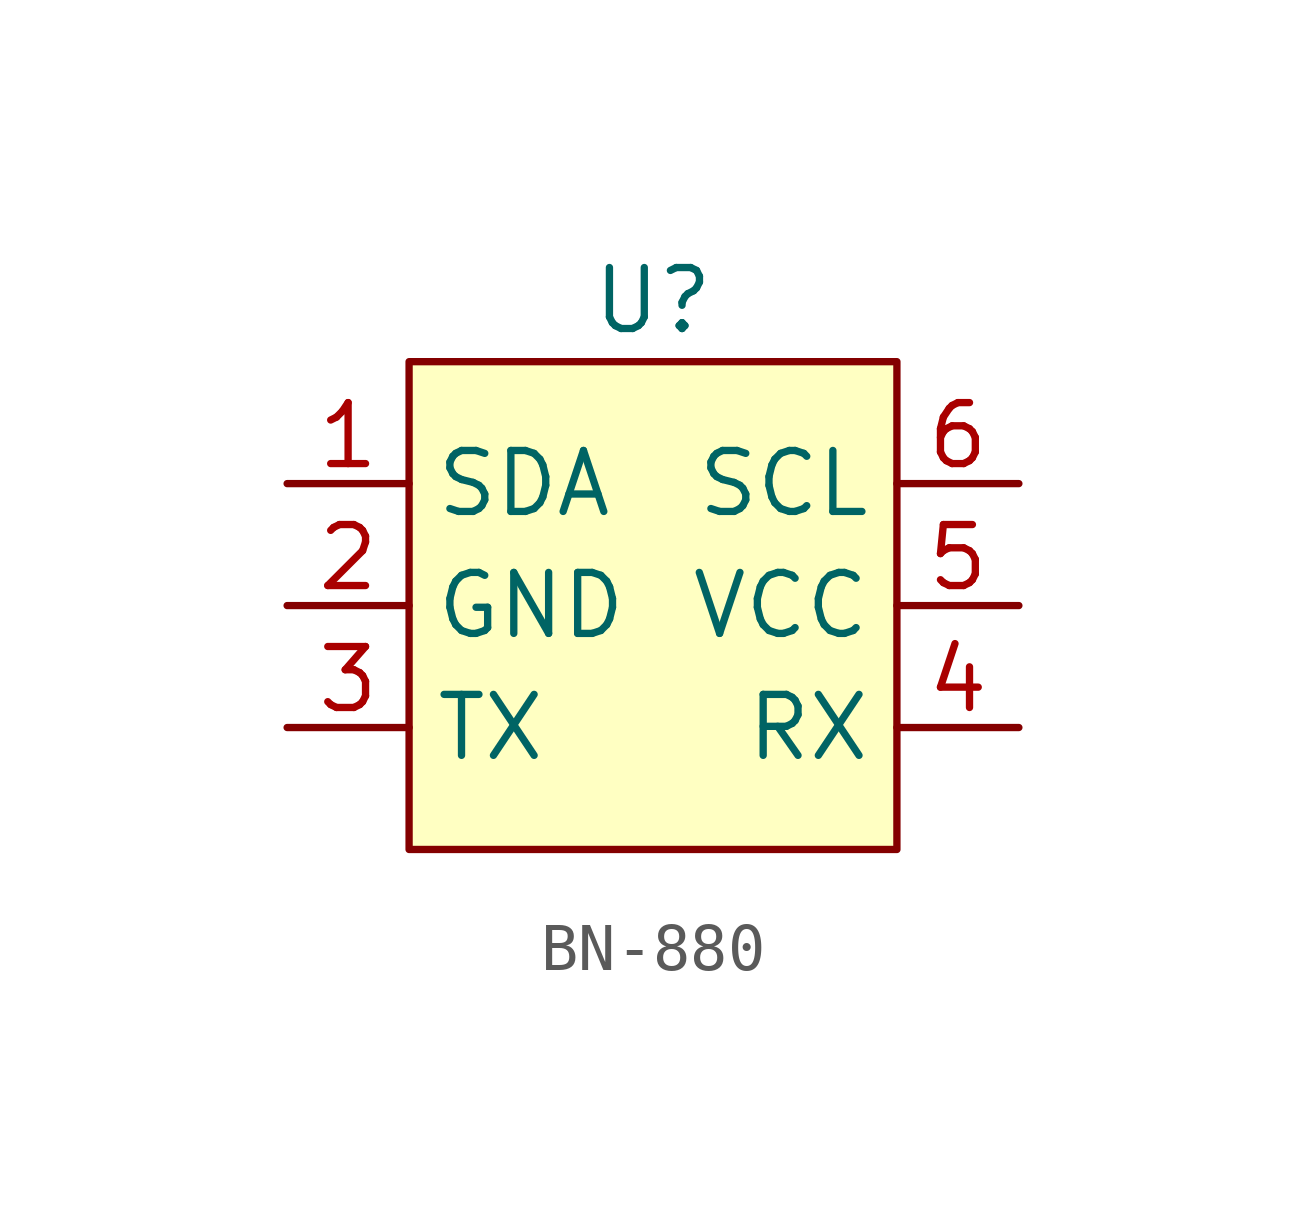
<source format=kicad_sym>
(kicad_symbol_lib
  (version 20220914)
  (generator kicad_symbol_editor)
  (symbol "BN-880"
    (property "Reference" "U"
      (at 0 6.35 0)
      (effects (font (size 1.27 1.27))))
    (property "Value" ""
      (at 0 0 0)
      (effects (font (size 1.27 1.27))))
    (symbol "BN-880_1_1"
      (rectangle (start -5.08 5.08) (end 5.08 -5.08) (stroke (width 0) (type default)) (fill (type background)))
      (pin input line (at -7.62 2.54 0) (length 2.54) (name "SDA" (effects (font (size 1.27 1.27)))) (number "1" (effects (font (size 1.27 1.27)))))
      (pin input line (at -7.62 0 0) (length 2.54) (name "GND" (effects (font (size 1.27 1.27)))) (number "2" (effects (font (size 1.27 1.27)))))
      (pin input line (at -7.62 -2.54 0) (length 2.54) (name "TX" (effects (font (size 1.27 1.27)))) (number "3" (effects (font (size 1.27 1.27)))))
      (pin input line (at 7.62 -2.54 180) (length 2.54) (name "RX" (effects (font (size 1.27 1.27)))) (number "4" (effects (font (size 1.27 1.27)))))
      (pin input line (at 7.62 0 180) (length 2.54) (name "VCC" (effects (font (size 1.27 1.27)))) (number "5" (effects (font (size 1.27 1.27)))))
      (pin input line (at 7.62 2.54 180) (length 2.54) (name "SCL" (effects (font (size 1.27 1.27)))) (number "6" (effects (font (size 1.27 1.27))))))))
</source>
